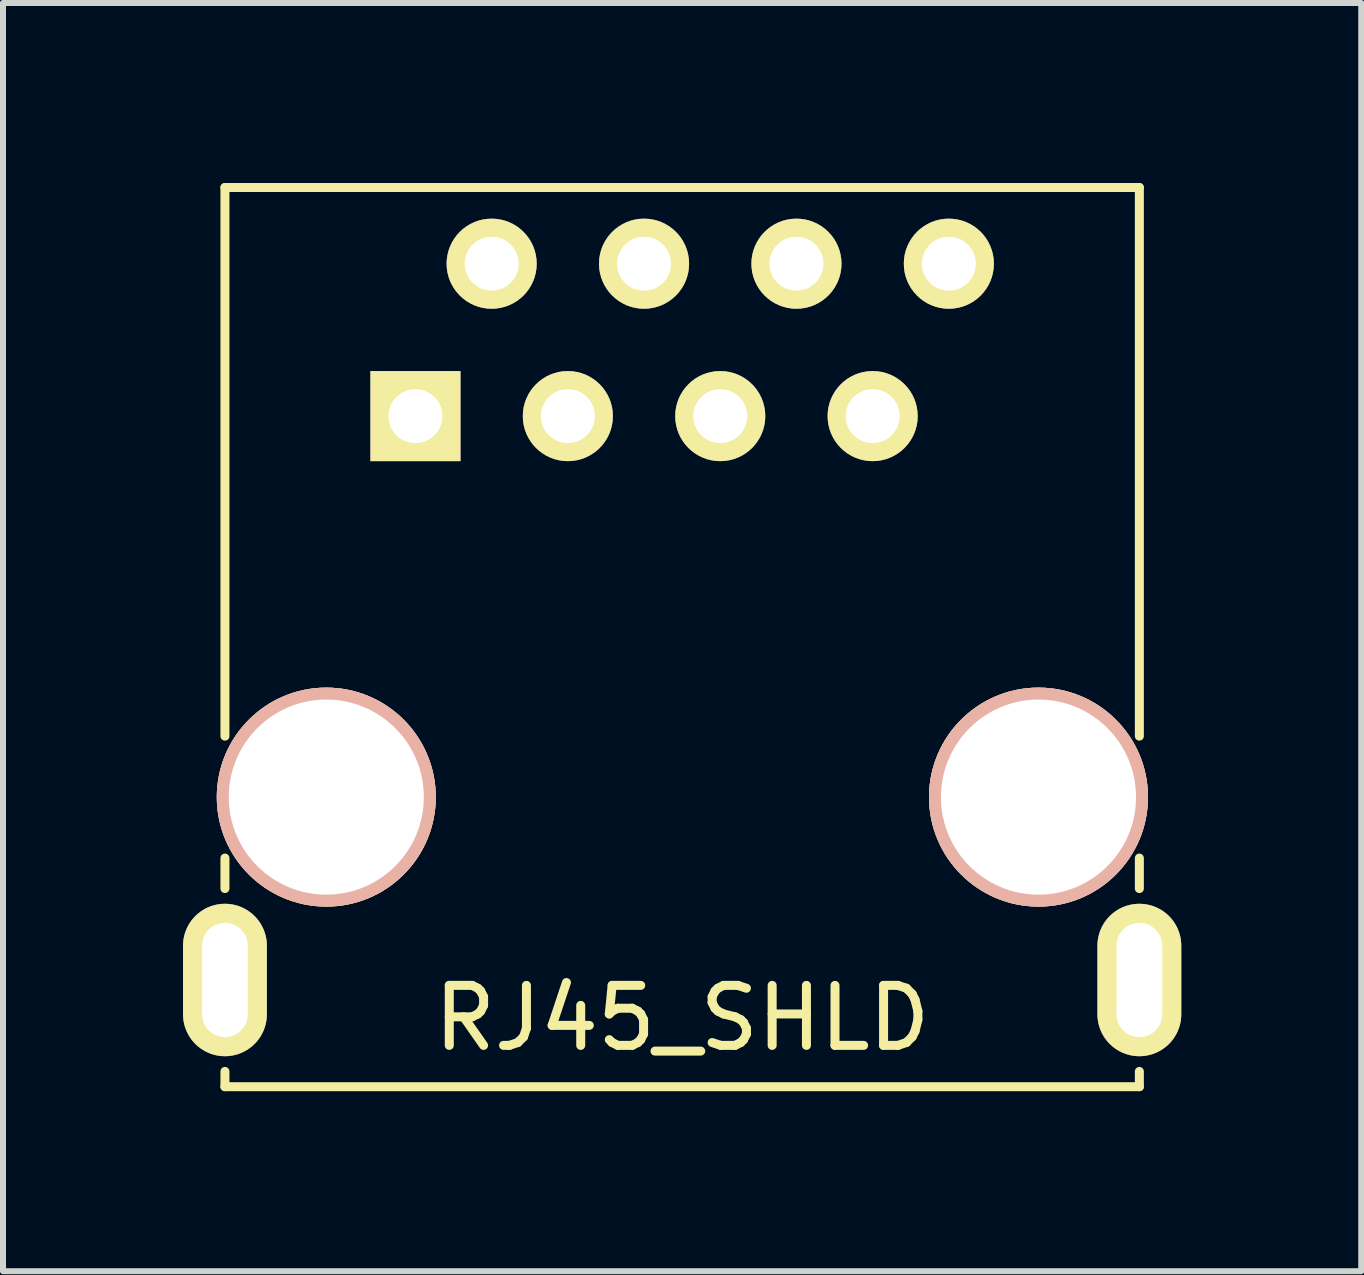
<source format=kicad_pcb>
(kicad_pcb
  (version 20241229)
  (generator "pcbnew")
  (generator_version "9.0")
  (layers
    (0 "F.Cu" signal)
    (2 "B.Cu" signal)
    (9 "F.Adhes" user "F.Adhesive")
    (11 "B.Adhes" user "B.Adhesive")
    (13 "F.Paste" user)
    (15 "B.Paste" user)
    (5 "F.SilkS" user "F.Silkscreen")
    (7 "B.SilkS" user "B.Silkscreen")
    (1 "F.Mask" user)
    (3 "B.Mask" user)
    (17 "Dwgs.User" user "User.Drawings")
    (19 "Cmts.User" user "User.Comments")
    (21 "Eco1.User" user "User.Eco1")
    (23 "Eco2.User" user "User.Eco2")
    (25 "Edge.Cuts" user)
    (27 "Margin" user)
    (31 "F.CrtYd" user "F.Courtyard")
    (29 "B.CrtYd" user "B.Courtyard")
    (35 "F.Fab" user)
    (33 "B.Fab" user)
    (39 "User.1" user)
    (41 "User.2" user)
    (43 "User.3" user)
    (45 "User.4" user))
  (footprint "RJ45_SHLD"
    (layer "F.Cu")
    (at 8.319 10.235)
    (property "Reference" "RJ45_SHLD" (at 0 3.683 0) (layer "F.SilkS") (effects (font (size 1 1) (thickness 0.15))))
    (attr through_hole)
    (fp_line (start -7.62 -10.16) (end -7.62 -1.016) (stroke (width 0.15) (type solid)) (layer "F.SilkS"))
    (fp_line (start -7.62 1.524) (end -7.62 1.016) (stroke (width 0.15) (type solid)) (layer "F.SilkS"))
    (fp_line (start -7.62 4.826) (end -7.62 4.572) (stroke (width 0.15) (type solid)) (layer "F.SilkS"))
    (fp_line (start 7.62 -10.16) (end -7.62 -10.16) (stroke (width 0.15) (type solid)) (layer "F.SilkS"))
    (fp_line (start 7.62 -1.016) (end 7.62 -10.16) (stroke (width 0.15) (type solid)) (layer "F.SilkS"))
    (fp_line (start 7.62 1.016) (end 7.62 1.524) (stroke (width 0.15) (type solid)) (layer "F.SilkS"))
    (fp_line (start 7.62 4.572) (end 7.62 4.826) (stroke (width 0.15) (type solid)) (layer "F.SilkS"))
    (fp_line (start 7.62 4.826) (end -7.62 4.826) (stroke (width 0.15) (type solid)) (layer "F.SilkS"))
    (pad "" np_thru_hole circle (at -5.931 0) (size 3.65 3.65) (drill 3.251) (layers "*.Cu" "*.SilkS" "*.Mask"))
    (pad "" np_thru_hole circle (at 5.939 0) (size 3.65 3.65) (drill 3.251) (layers "*.Cu" "*.SilkS" "*.Mask"))
    (pad "1" thru_hole rect (at -4.445 -6.35) (size 1.501 1.501) (drill 0.899) (layers "*.Cu" "*.Mask" "F.SilkS"))
    (pad "2" thru_hole circle (at -3.175 -8.89) (size 1.501 1.501) (drill 0.899) (layers "*.Cu" "*.Mask" "F.SilkS"))
    (pad "3" thru_hole circle (at -1.905 -6.35) (size 1.501 1.501) (drill 0.899) (layers "*.Cu" "*.Mask" "F.SilkS"))
    (pad "4" thru_hole circle (at -0.635 -8.89) (size 1.501 1.501) (drill 0.899) (layers "*.Cu" "*.Mask" "F.SilkS"))
    (pad "5" thru_hole circle (at 0.635 -6.35) (size 1.501 1.501) (drill 0.899) (layers "*.Cu" "*.Mask" "F.SilkS"))
    (pad "6" thru_hole circle (at 1.905 -8.89) (size 1.501 1.501) (drill 0.899) (layers "*.Cu" "*.Mask" "F.SilkS"))
    (pad "7" thru_hole circle (at 3.175 -6.35) (size 1.501 1.501) (drill 0.899) (layers "*.Cu" "*.Mask" "F.SilkS"))
    (pad "8" thru_hole circle (at 4.445 -8.89) (size 1.501 1.501) (drill 0.899) (layers "*.Cu" "*.Mask" "F.SilkS"))
    (pad "9" thru_hole oval (at -7.62 3.048) (size 1.397 2.54) (drill oval 0.762 1.905) (layers "*.Cu" "*.Mask" "F.SilkS"))
    (pad "9" thru_hole oval (at 7.62 3.048) (size 1.397 2.54) (drill oval 0.762 1.905) (layers "*.Cu" "*.Mask" "F.SilkS")))
  (gr_rect
    (start -3 -3)
    (end 19.637 18.136)
    (stroke (width 0.1) (type default))
    (fill no)
    (layer "Edge.Cuts")))
</source>
